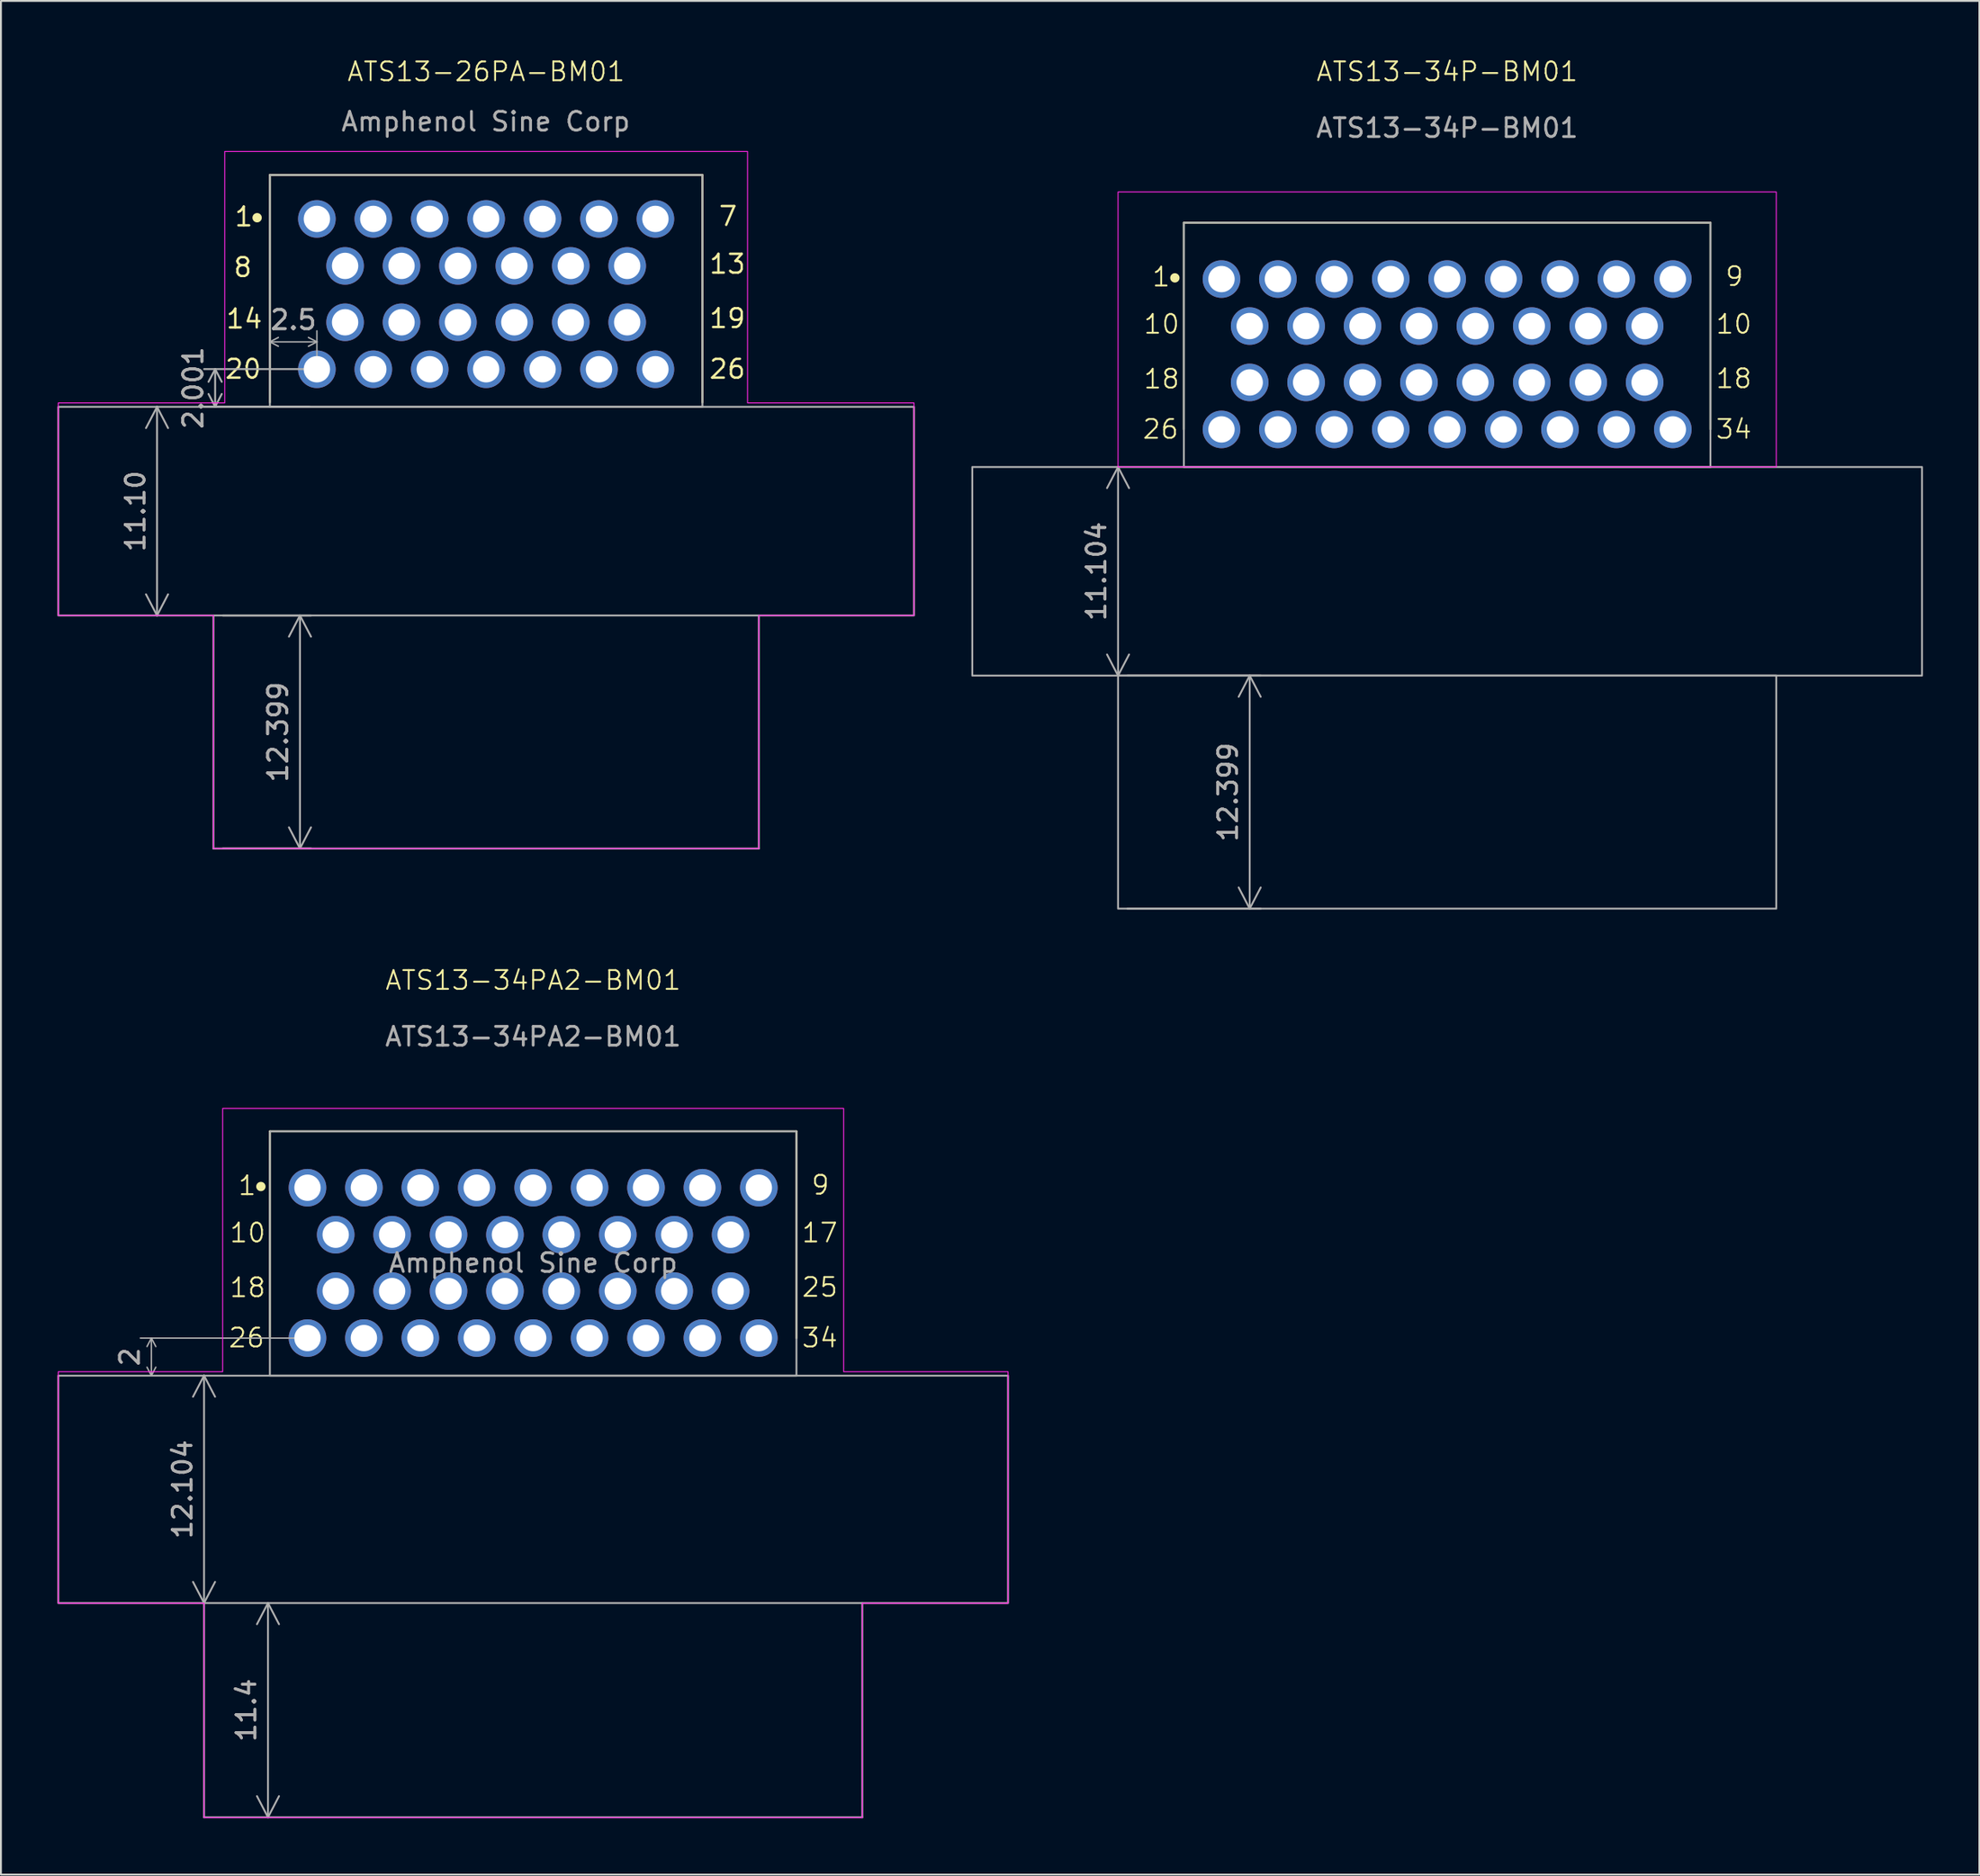
<source format=kicad_pcb>
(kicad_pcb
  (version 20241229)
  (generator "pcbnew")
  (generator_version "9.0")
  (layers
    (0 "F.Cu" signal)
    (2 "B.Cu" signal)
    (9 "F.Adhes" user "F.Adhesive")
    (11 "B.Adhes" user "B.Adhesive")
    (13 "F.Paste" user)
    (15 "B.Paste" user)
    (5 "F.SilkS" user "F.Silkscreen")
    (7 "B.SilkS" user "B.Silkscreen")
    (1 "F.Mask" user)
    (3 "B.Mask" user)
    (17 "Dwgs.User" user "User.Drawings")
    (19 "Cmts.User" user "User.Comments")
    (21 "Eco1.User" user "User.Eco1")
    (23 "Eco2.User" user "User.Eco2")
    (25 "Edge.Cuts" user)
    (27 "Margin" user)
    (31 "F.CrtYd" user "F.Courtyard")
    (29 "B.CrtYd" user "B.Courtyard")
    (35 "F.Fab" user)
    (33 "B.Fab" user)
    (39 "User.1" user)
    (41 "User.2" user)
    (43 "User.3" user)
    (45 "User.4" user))
  (footprint "ATS13-26PA-BM01"
    (layer "F.Cu")
    (at 22.8 12.761)
    (property "Reference" "ATS13-26PA-BM01" (at 0 -12 0) (unlocked yes) (layer "F.SilkS") (effects (font (size 1 1) (thickness 0.1))))
    (property "MFG" "Amphenol Sine Corp" (at -0.02 -9.34 0) (layer "F.Fab") (effects (font (size 1 1) (thickness 0.15))))
    (attr smd)
    (fp_line (start -11.5 -6.5) (end -11.5 5.6) (stroke (width 0.1) (type default)) (layer "F.SilkS"))
    (fp_line (start -11.5 -6.5) (end 11.5 -6.5) (stroke (width 0.1) (type default)) (layer "F.SilkS"))
    (fp_line (start 11.5 -6.5) (end 11.5 5.6) (stroke (width 0.1) (type default)) (layer "F.SilkS"))
    (fp_circle (center -12.178 -4.226) (end -12.051 -4.073) (stroke (width 0.1) (type solid)) (fill yes) (layer "F.SilkS"))
    (fp_poly (pts (xy -13.9 -7.75) (xy 13.9 -7.75) (xy 13.9 5.63) (xy 22.75 5.63) (xy 22.75 16.938) (xy 14.5 16.938) (xy 14.5 29.338) (xy -14.5 29.338) (xy -14.5 16.938) (xy -22.75 16.938) (xy -22.75 5.63) (xy -13.9 5.63)) (stroke (width 0.05) (type solid)) (fill no) (layer "F.CrtYd"))
    (fp_line (start -14.5 29.34) (end -14.5 16.94) (stroke (width 0.1) (type default)) (layer "F.Fab"))
    (fp_line (start 14.5 16.938) (end 14.5 29.34) (stroke (width 0.1) (type default)) (layer "F.Fab"))
    (fp_line (start 14.5 29.34) (end -14.5 29.34) (stroke (width 0.1) (type default)) (layer "F.Fab"))
    (fp_rect (start -22.75 5.838) (end 22.75 16.938) (stroke (width 0.1) (type solid)) (fill no) (layer "F.Fab"))
    (fp_rect (start -11.5 -6.5) (end 11.5 5.838) (stroke (width 0.1) (type default)) (fill no) (layer "F.Fab"))
    (fp_text user "7" (at 12.3 -3.718 0) (unlocked yes) (layer "F.SilkS") (effects (font (size 1 1) (thickness 0.127)) (justify left bottom)))
    (fp_text user "19" (at 11.792 1.718 0) (unlocked yes) (layer "F.SilkS") (effects (font (size 1 1) (thickness 0.127)) (justify left bottom)))
    (fp_text user "20" (at -13.956 4.41 0) (unlocked yes) (layer "F.SilkS") (effects (font (size 1 1) (thickness 0.127)) (justify left bottom)))
    (fp_text user "8" (at -13.5 -1 0) (unlocked yes) (layer "F.SilkS") (effects (font (size 1 1) (thickness 0.127)) (justify left bottom)))
    (fp_text user "13" (at 11.792 -1.178 0) (unlocked yes) (layer "F.SilkS") (effects (font (size 1 1) (thickness 0.127)) (justify left bottom)))
    (fp_text user "1" (at -13.448 -3.692 0) (unlocked yes) (layer "F.SilkS") (effects (font (size 1 1) (thickness 0.127)) (justify left bottom)))
    (fp_text user "14" (at -13.9 1.738 0) (unlocked yes) (layer "F.SilkS") (effects (font (size 1 1) (thickness 0.127)) (justify left bottom)))
    (fp_text user "26" (at 11.792 4.41 0) (unlocked yes) (layer "F.SilkS") (effects (font (size 1 1) (thickness 0.127)) (justify left bottom)))
    (dimension (type orthogonal) (layer "F.Fab") (pts (xy 5.3 18.601) (xy 5.3 29.701)) (height 0) (orientation 1) (format (prefix "") (suffix "") (units 3) (units_format 0) (precision 4) (override_value "11.10") (suppress_zeroes yes)) (style (thickness 0.102) (arrow_length 1.27) (text_position_mode 0) (arrow_direction outward) (extension_height 0.586) (extension_offset 0.5) (keep_text_aligned yes)) (gr_text "11.10" (at 4.15 24.151 90) (layer "F.Fab") (effects (font (size 1 1) (thickness 0.15)))))
    (dimension (type orthogonal) (layer "F.Fab") (pts (xy 13.8 16.599) (xy 11.3 18.23)) (height -1.458) (orientation 0) (format (prefix "") (suffix "") (units 3) (units_format 0) (precision 4) (suppress_zeroes yes)) (style (thickness 0.076) (arrow_length 0.508) (text_position_mode 0) (arrow_direction outward) (extension_height 0.586) (extension_offset 0.5) (keep_text_aligned yes)) (gr_text "2.5" (at 12.55 13.972 0) (layer "F.Fab") (effects (font (size 1.016 1.016) (thickness 0.152)))))
    (dimension (type orthogonal) (layer "F.Fab") (pts (xy 14.33 16.59) (xy 13.9 18.591)) (height -5.94) (orientation 1) (format (prefix "") (suffix "") (units 3) (units_format 0) (precision 3) (suppress_zeroes yes)) (style (thickness 0.102) (arrow_length 0.762) (text_position_mode 0) (arrow_direction outward) (extension_height 0.586) (extension_offset 0.5) (keep_text_aligned yes)) (gr_text "2" (at 7.222 17.591 90) (layer "F.Fab") (effects (font (size 1.016 1.016) (thickness 0.152)))))
    (dimension (type orthogonal) (layer "F.Fab") (pts (xy 8.3 29.701) (xy 8.3 42.1)) (height 4.6) (orientation 1) (format (prefix "") (suffix "") (units 3) (units_format 0) (precision 4) (suppress_zeroes yes)) (style (thickness 0.102) (arrow_length 1.27) (text_position_mode 0) (arrow_direction outward) (extension_height 0.586) (extension_offset 0.5) (keep_text_aligned yes)) (gr_text "12.4" (at 11.732 35.901 90) (layer "F.Fab") (effects (font (size 1.016 1.016) (thickness 0.152)))))
    (pad "1" thru_hole circle (at -9 -4.162) (size 2 2) (drill 1.4) (layers "*.Cu" "*.Mask"))
    (pad "2" thru_hole circle (at -6 -4.162) (size 2 2) (drill 1.4) (layers "*.Cu" "*.Mask"))
    (pad "3" thru_hole circle (at -3 -4.162) (size 2 2) (drill 1.4) (layers "*.Cu" "*.Mask"))
    (pad "4" thru_hole circle (at 0 -4.162) (size 2 2) (drill 1.4) (layers "*.Cu" "*.Mask"))
    (pad "5" thru_hole circle (at 3 -4.162) (size 2 2) (drill 1.4) (layers "*.Cu" "*.Mask"))
    (pad "6" thru_hole circle (at 6 -4.162) (size 2 2) (drill 1.4) (layers "*.Cu" "*.Mask"))
    (pad "7" thru_hole circle (at 9 -4.162) (size 2 2) (drill 1.4) (layers "*.Cu" "*.Mask"))
    (pad "8" thru_hole circle (at -7.5 -1.662) (size 2 2) (drill 1.4) (layers "*.Cu" "*.Mask"))
    (pad "9" thru_hole circle (at -4.5 -1.662) (size 2 2) (drill 1.4) (layers "*.Cu" "*.Mask"))
    (pad "10" thru_hole circle (at -1.5 -1.662) (size 2 2) (drill 1.4) (layers "*.Cu" "*.Mask"))
    (pad "11" thru_hole circle (at 1.5 -1.662) (size 2 2) (drill 1.4) (layers "*.Cu" "*.Mask"))
    (pad "12" thru_hole circle (at 4.5 -1.662) (size 2 2) (drill 1.4) (layers "*.Cu" "*.Mask"))
    (pad "13" thru_hole circle (at 7.5 -1.662) (size 2 2) (drill 1.4) (layers "*.Cu" "*.Mask"))
    (pad "14" thru_hole circle (at -7.5 1.338) (size 2 2) (drill 1.4) (layers "*.Cu" "*.Mask"))
    (pad "15" thru_hole circle (at -4.5 1.338) (size 2 2) (drill 1.4) (layers "*.Cu" "*.Mask"))
    (pad "16" thru_hole circle (at -1.5 1.338) (size 2 2) (drill 1.4) (layers "*.Cu" "*.Mask"))
    (pad "17" thru_hole circle (at 1.5 1.338) (size 2 2) (drill 1.4) (layers "*.Cu" "*.Mask"))
    (pad "18" thru_hole circle (at 4.5 1.338) (size 2 2) (drill 1.4) (layers "*.Cu" "*.Mask"))
    (pad "19" thru_hole circle (at 7.5 1.338) (size 2 2) (drill 1.4) (layers "*.Cu" "*.Mask"))
    (pad "20" thru_hole circle (at -9 3.838) (size 2 2) (drill 1.4) (layers "*.Cu" "*.Mask"))
    (pad "21" thru_hole circle (at -6 3.838) (size 2 2) (drill 1.4) (layers "*.Cu" "*.Mask"))
    (pad "22" thru_hole circle (at -3 3.838) (size 2 2) (drill 1.4) (layers "*.Cu" "*.Mask"))
    (pad "23" thru_hole circle (at 0 3.838) (size 2 2) (drill 1.4) (layers "*.Cu" "*.Mask"))
    (pad "24" thru_hole circle (at 3 3.838) (size 2 2) (drill 1.4) (layers "*.Cu" "*.Mask"))
    (pad "25" thru_hole circle (at 6 3.838) (size 2 2) (drill 1.4) (layers "*.Cu" "*.Mask"))
    (pad "26" thru_hole circle (at 9 3.838) (size 2 2) (drill 1.4) (layers "*.Cu" "*.Mask")))
  (footprint "ATS13-34P-BM01"
    (layer "F.Cu")
    (at 73.9 15.8)
    (property "Reference" "ATS13-34P-BM01" (at 0 -15.04 0) (unlocked yes) (layer "F.SilkS") (effects (font (size 1 1) (thickness 0.1))))
    (attr through_hole)
    (fp_line (start -14 -7) (end -14 4) (stroke (width 0.1) (type default)) (layer "F.SilkS"))
    (fp_line (start -14 -7) (end 14 -7) (stroke (width 0.1) (type default)) (layer "F.SilkS"))
    (fp_line (start 14 -7) (end 14 4) (stroke (width 0.1) (type default)) (layer "F.SilkS"))
    (fp_circle (center -14.478 -4.064) (end -14.351 -3.912) (stroke (width 0.1) (type solid)) (fill yes) (layer "F.SilkS"))
    (fp_rect (start -17.5 -8.636) (end 17.5 5.996) (stroke (width 0.05) (type solid)) (fill no) (layer "F.CrtYd"))
    (fp_rect (start -25.25 6) (end 25.25 17.1) (stroke (width 0.1) (type solid)) (fill no) (layer "F.Fab"))
    (fp_rect (start -17.5 17.1) (end 17.5 29.5) (stroke (width 0.1) (type solid)) (fill no) (layer "F.Fab"))
    (fp_rect (start -14 -7) (end 14 6) (stroke (width 0.1) (type default)) (fill no) (layer "F.Fab"))
    (fp_text user "9" (at 14.732 -3.556 0) (unlocked yes) (layer "F.SilkS") (effects (font (size 1 1) (thickness 0.1)) (justify left bottom)))
    (fp_text user "26" (at -16.256 4.572 0) (unlocked yes) (layer "F.SilkS") (effects (font (size 1 1) (thickness 0.1)) (justify left bottom)))
    (fp_text user "18" (at -16.2 1.9 0) (unlocked yes) (layer "F.SilkS") (effects (font (size 1 1) (thickness 0.1)) (justify left bottom)))
    (fp_text user "1" (at -15.748 -3.531 0) (unlocked yes) (layer "F.SilkS") (effects (font (size 1 1) (thickness 0.1)) (justify left bottom)))
    (fp_text user "34" (at 14.224 4.572 0) (unlocked yes) (layer "F.SilkS") (effects (font (size 1 1) (thickness 0.1)) (justify left bottom)))
    (fp_text user "18" (at 14.224 1.88 0) (unlocked yes) (layer "F.SilkS") (effects (font (size 1 1) (thickness 0.1)) (justify left bottom)))
    (fp_text user "10" (at -16.2 -1.016 0) (unlocked yes) (layer "F.SilkS") (effects (font (size 1 1) (thickness 0.1)) (justify left bottom)))
    (fp_text user "10" (at 14.224 -1.016 0) (unlocked yes) (layer "F.SilkS") (effects (font (size 1 1) (thickness 0.1)) (justify left bottom)))
    (fp_text user "${REFERENCE}" (at 0 -12.04 0) (unlocked yes) (layer "F.Fab") (effects (font (size 1 1) (thickness 0.15))))
    (dimension (type orthogonal) (layer "F.Fab") (pts (xy 56.4 21.797) (xy 56.4 32.901)) (height 0) (orientation 1) (format (prefix "") (suffix "") (units 3) (units_format 0) (precision 4) (suppress_zeroes yes)) (style (thickness 0.1) (arrow_length 1.27) (text_position_mode 0) (arrow_direction outward) (extension_height 0.586) (extension_offset 0.5) (keep_text_aligned yes)) (gr_text "11.104" (at 55.25 27.349 90) (layer "F.Fab") (effects (font (size 1 1) (thickness 0.15)))))
    (dimension (type orthogonal) (layer "F.Fab") (pts (xy 56.4 32.901) (xy 56.4 45.3)) (height 7) (orientation 1) (format (prefix "") (suffix "") (units 3) (units_format 0) (precision 4) (suppress_zeroes yes)) (style (thickness 0.1) (arrow_length 1.27) (text_position_mode 0) (arrow_direction outward) (extension_height 0.586) (extension_offset 0.5) (keep_text_aligned yes)) (gr_text "12.4" (at 62.25 39.1 90) (layer "F.Fab") (effects (font (size 1 1) (thickness 0.15)))))
    (pad "1" thru_hole circle (at -12 -4) (size 2 2) (drill 1.4) (layers "*.Cu" "*.Mask"))
    (pad "2" thru_hole circle (at -9 -4) (size 2 2) (drill 1.4) (layers "*.Cu" "*.Mask"))
    (pad "3" thru_hole circle (at -6 -4) (size 2 2) (drill 1.4) (layers "*.Cu" "*.Mask"))
    (pad "4" thru_hole circle (at -3 -4) (size 2 2) (drill 1.4) (layers "*.Cu" "*.Mask"))
    (pad "5" thru_hole circle (at 0 -4) (size 2 2) (drill 1.4) (layers "*.Cu" "*.Mask"))
    (pad "6" thru_hole circle (at 3 -4) (size 2 2) (drill 1.4) (layers "*.Cu" "*.Mask"))
    (pad "7" thru_hole circle (at 6 -4) (size 2 2) (drill 1.4) (layers "*.Cu" "*.Mask"))
    (pad "8" thru_hole circle (at 9 -4) (size 2 2) (drill 1.4) (layers "*.Cu" "*.Mask"))
    (pad "9" thru_hole circle (at 12 -4) (size 2 2) (drill 1.4) (layers "*.Cu" "*.Mask"))
    (pad "10" thru_hole circle (at -10.5 -1.5) (size 2 2) (drill 1.4) (layers "*.Cu" "*.Mask"))
    (pad "11" thru_hole circle (at -7.5 -1.5) (size 2 2) (drill 1.4) (layers "*.Cu" "*.Mask"))
    (pad "12" thru_hole circle (at -4.5 -1.5) (size 2 2) (drill 1.4) (layers "*.Cu" "*.Mask"))
    (pad "13" thru_hole circle (at -1.5 -1.5) (size 2 2) (drill 1.4) (layers "*.Cu" "*.Mask"))
    (pad "14" thru_hole circle (at 1.5 -1.5) (size 2 2) (drill 1.4) (layers "*.Cu" "*.Mask"))
    (pad "15" thru_hole circle (at 4.5 -1.5) (size 2 2) (drill 1.4) (layers "*.Cu" "*.Mask"))
    (pad "16" thru_hole circle (at 7.5 -1.5) (size 2 2) (drill 1.4) (layers "*.Cu" "*.Mask"))
    (pad "17" thru_hole circle (at 10.5 -1.5) (size 2 2) (drill 1.4) (layers "*.Cu" "*.Mask"))
    (pad "18" thru_hole circle (at -10.5 1.5) (size 2 2) (drill 1.4) (layers "*.Cu" "*.Mask"))
    (pad "19" thru_hole circle (at -7.5 1.5) (size 2 2) (drill 1.4) (layers "*.Cu" "*.Mask"))
    (pad "20" thru_hole circle (at -4.5 1.5) (size 2 2) (drill 1.4) (layers "*.Cu" "*.Mask"))
    (pad "21" thru_hole circle (at -1.5 1.5) (size 2 2) (drill 1.4) (layers "*.Cu" "*.Mask"))
    (pad "22" thru_hole circle (at 1.5 1.5) (size 2 2) (drill 1.4) (layers "*.Cu" "*.Mask"))
    (pad "23" thru_hole circle (at 4.5 1.5) (size 2 2) (drill 1.4) (layers "*.Cu" "*.Mask"))
    (pad "24" thru_hole circle (at 7.5 1.5) (size 2 2) (drill 1.4) (layers "*.Cu" "*.Mask"))
    (pad "25" thru_hole circle (at 10.5 1.5) (size 2 2) (drill 1.4) (layers "*.Cu" "*.Mask"))
    (pad "26" thru_hole circle (at -12 4) (size 2 2) (drill 1.4) (layers "*.Cu" "*.Mask"))
    (pad "27" thru_hole circle (at -9 4) (size 2 2) (drill 1.4) (layers "*.Cu" "*.Mask"))
    (pad "28" thru_hole circle (at -6 4) (size 2 2) (drill 1.4) (layers "*.Cu" "*.Mask"))
    (pad "29" thru_hole circle (at -3 4) (size 2 2) (drill 1.4) (layers "*.Cu" "*.Mask"))
    (pad "30" thru_hole circle (at 0 4) (size 2 2) (drill 1.4) (layers "*.Cu" "*.Mask"))
    (pad "31" thru_hole circle (at 3 4) (size 2 2) (drill 1.4) (layers "*.Cu" "*.Mask"))
    (pad "32" thru_hole circle (at 6 4) (size 2 2) (drill 1.4) (layers "*.Cu" "*.Mask"))
    (pad "33" thru_hole circle (at 9 4) (size 2 2) (drill 1.4) (layers "*.Cu" "*.Mask"))
    (pad "34" thru_hole circle (at 12 4) (size 2 2) (drill 1.4) (layers "*.Cu" "*.Mask")))
  (footprint "ATS13-34PA2-BM01"
    (layer "F.Cu")
    (at 25.3 64.151)
    (property "Reference" "ATS13-34PA2-BM01" (at 0 -15.04 0) (unlocked yes) (layer "F.SilkS") (effects (font (size 1 1) (thickness 0.1))))
    (property "MFG" "Amphenol Sine Corp" (at 0 0 0) (layer "F.Fab") (effects (font (size 1 1) (thickness 0.15))))
    (attr through_hole)
    (fp_line (start -14 -7) (end -14 4) (stroke (width 0.1) (type default)) (layer "F.SilkS"))
    (fp_line (start -14 -7) (end 14 -7) (stroke (width 0.1) (type default)) (layer "F.SilkS"))
    (fp_line (start 14 -7) (end 14 4) (stroke (width 0.1) (type default)) (layer "F.SilkS"))
    (fp_circle (center -14.478 -4.064) (end -14.351 -3.912) (stroke (width 0.1) (type solid)) (fill yes) (layer "F.SilkS"))
    (fp_poly (pts (xy -16.51 -8.22) (xy 16.51 -8.22) (xy 16.51 5.791) (xy 25.25 5.791) (xy 25.25 18.11) (xy 17.5 18.11) (xy 17.5 29.52) (xy -17.5 29.52) (xy -17.5 18.11) (xy -25.25 18.11) (xy -25.25 5.791) (xy -16.51 5.791)) (stroke (width 0.05) (type solid)) (fill no) (layer "F.CrtYd"))
    (fp_line (start -17.5 29.5) (end -17.5 18.1) (stroke (width 0.1) (type default)) (layer "F.Fab"))
    (fp_line (start 17.5 18.1) (end 17.5 29.5) (stroke (width 0.1) (type default)) (layer "F.Fab"))
    (fp_line (start 17.5 29.5) (end -17.5 29.5) (stroke (width 0.1) (type default)) (layer "F.Fab"))
    (fp_rect (start -25.25 6) (end 25.25 18.1) (stroke (width 0.1) (type solid)) (fill no) (layer "F.Fab"))
    (fp_rect (start -14 -7) (end 14 6) (stroke (width 0.1) (type default)) (fill no) (layer "F.Fab"))
    (fp_text user "25" (at 14.224 1.88 0) (unlocked yes) (layer "F.SilkS") (effects (font (size 1 1) (thickness 0.1)) (justify left bottom)))
    (fp_text user "34" (at 14.224 4.572 0) (unlocked yes) (layer "F.SilkS") (effects (font (size 1 1) (thickness 0.1)) (justify left bottom)))
    (fp_text user "9" (at 14.732 -3.556 0) (unlocked yes) (layer "F.SilkS") (effects (font (size 1 1) (thickness 0.1)) (justify left bottom)))
    (fp_text user "1" (at -15.748 -3.531 0) (unlocked yes) (layer "F.SilkS") (effects (font (size 1 1) (thickness 0.1)) (justify left bottom)))
    (fp_text user "10" (at -16.2 -1.016 0) (unlocked yes) (layer "F.SilkS") (effects (font (size 1 1) (thickness 0.1)) (justify left bottom)))
    (fp_text user "18" (at -16.2 1.9 0) (unlocked yes) (layer "F.SilkS") (effects (font (size 1 1) (thickness 0.1)) (justify left bottom)))
    (fp_text user "17" (at 14.224 -1.016 0) (unlocked yes) (layer "F.SilkS") (effects (font (size 1 1) (thickness 0.1)) (justify left bottom)))
    (fp_text user "26" (at -16.256 4.572 0) (unlocked yes) (layer "F.SilkS") (effects (font (size 1 1) (thickness 0.1)) (justify left bottom)))
    (fp_text user "${REFERENCE}" (at 0 -12.04 0) (unlocked yes) (layer "F.Fab") (effects (font (size 1 1) (thickness 0.15))))
    (dimension (type orthogonal) (layer "F.Fab") (pts (xy 13.3 68.151) (xy 13.3 70.151)) (height -8.3) (orientation 1) (format (prefix "") (suffix "") (units 3) (units_format 0) (precision 4) (suppress_zeroes yes)) (style (thickness 0.076) (arrow_length 0.508) (text_position_mode 0) (arrow_direction outward) (extension_height 0.586) (extension_offset 0.5) (keep_text_aligned yes)) (gr_text "2" (at 3.85 69.151 90) (layer "F.Fab") (effects (font (size 1 1) (thickness 0.15)))))
    (dimension (type orthogonal) (layer "F.Fab") (pts (xy 7.8 70.147) (xy 7.8 82.251)) (height 0) (orientation 1) (format (prefix "") (suffix "") (units 3) (units_format 0) (precision 4) (suppress_zeroes yes)) (style (thickness 0.1) (arrow_length 1.27) (text_position_mode 0) (arrow_direction outward) (extension_height 0.586) (extension_offset 0.5) (keep_text_aligned yes)) (gr_text "12.104" (at 6.65 76.199 90) (layer "F.Fab") (effects (font (size 1 1) (thickness 0.15)))))
    (dimension (type orthogonal) (layer "F.Fab") (pts (xy 11.2 82.251) (xy 11.2 93.651)) (height 0) (orientation 1) (format (prefix "") (suffix "") (units 3) (units_format 0) (precision 4) (suppress_zeroes yes)) (style (thickness 0.1) (arrow_length 1.27) (text_position_mode 0) (arrow_direction outward) (extension_height 0.586) (extension_offset 0.5) (keep_text_aligned yes)) (gr_text "11.4" (at 10.05 87.951 90) (layer "F.Fab") (effects (font (size 1 1) (thickness 0.15)))))
    (pad "1" thru_hole circle (at -12 -4) (size 2 2) (drill 1.4) (layers "*.Cu" "*.Mask"))
    (pad "2" thru_hole circle (at -9 -4) (size 2 2) (drill 1.4) (layers "*.Cu" "*.Mask"))
    (pad "3" thru_hole circle (at -6 -4) (size 2 2) (drill 1.4) (layers "*.Cu" "*.Mask"))
    (pad "4" thru_hole circle (at -3 -4) (size 2 2) (drill 1.4) (layers "*.Cu" "*.Mask"))
    (pad "5" thru_hole circle (at 0 -4) (size 2 2) (drill 1.4) (layers "*.Cu" "*.Mask"))
    (pad "6" thru_hole circle (at 3 -4) (size 2 2) (drill 1.4) (layers "*.Cu" "*.Mask"))
    (pad "7" thru_hole circle (at 6 -4) (size 2 2) (drill 1.4) (layers "*.Cu" "*.Mask"))
    (pad "8" thru_hole circle (at 9 -4) (size 2 2) (drill 1.4) (layers "*.Cu" "*.Mask"))
    (pad "9" thru_hole circle (at 12 -4) (size 2 2) (drill 1.4) (layers "*.Cu" "*.Mask"))
    (pad "10" thru_hole circle (at -10.5 -1.5) (size 2 2) (drill 1.4) (layers "*.Cu" "*.Mask"))
    (pad "11" thru_hole circle (at -7.5 -1.5) (size 2 2) (drill 1.4) (layers "*.Cu" "*.Mask"))
    (pad "12" thru_hole circle (at -4.5 -1.5) (size 2 2) (drill 1.4) (layers "*.Cu" "*.Mask"))
    (pad "13" thru_hole circle (at -1.5 -1.5) (size 2 2) (drill 1.4) (layers "*.Cu" "*.Mask"))
    (pad "14" thru_hole circle (at 1.5 -1.5) (size 2 2) (drill 1.4) (layers "*.Cu" "*.Mask"))
    (pad "15" thru_hole circle (at 4.5 -1.5) (size 2 2) (drill 1.4) (layers "*.Cu" "*.Mask"))
    (pad "16" thru_hole circle (at 7.5 -1.5) (size 2 2) (drill 1.4) (layers "*.Cu" "*.Mask"))
    (pad "17" thru_hole circle (at 10.5 -1.5) (size 2 2) (drill 1.4) (layers "*.Cu" "*.Mask"))
    (pad "18" thru_hole circle (at -10.5 1.5) (size 2 2) (drill 1.4) (layers "*.Cu" "*.Mask"))
    (pad "19" thru_hole circle (at -7.5 1.5) (size 2 2) (drill 1.4) (layers "*.Cu" "*.Mask"))
    (pad "20" thru_hole circle (at -4.5 1.5) (size 2 2) (drill 1.4) (layers "*.Cu" "*.Mask"))
    (pad "21" thru_hole circle (at -1.5 1.5) (size 2 2) (drill 1.4) (layers "*.Cu" "*.Mask"))
    (pad "22" thru_hole circle (at 1.5 1.5) (size 2 2) (drill 1.4) (layers "*.Cu" "*.Mask"))
    (pad "23" thru_hole circle (at 4.5 1.5) (size 2 2) (drill 1.4) (layers "*.Cu" "*.Mask"))
    (pad "24" thru_hole circle (at 7.5 1.5) (size 2 2) (drill 1.4) (layers "*.Cu" "*.Mask"))
    (pad "25" thru_hole circle (at 10.5 1.5) (size 2 2) (drill 1.4) (layers "*.Cu" "*.Mask"))
    (pad "26" thru_hole circle (at -12 4) (size 2 2) (drill 1.4) (layers "*.Cu" "*.Mask"))
    (pad "27" thru_hole circle (at -9 4) (size 2 2) (drill 1.4) (layers "*.Cu" "*.Mask"))
    (pad "28" thru_hole circle (at -6 4) (size 2 2) (drill 1.4) (layers "*.Cu" "*.Mask"))
    (pad "29" thru_hole circle (at -3 4) (size 2 2) (drill 1.4) (layers "*.Cu" "*.Mask"))
    (pad "30" thru_hole circle (at 0 4) (size 2 2) (drill 1.4) (layers "*.Cu" "*.Mask"))
    (pad "31" thru_hole circle (at 3 4) (size 2 2) (drill 1.4) (layers "*.Cu" "*.Mask"))
    (pad "32" thru_hole circle (at 6 4) (size 2 2) (drill 1.4) (layers "*.Cu" "*.Mask"))
    (pad "33" thru_hole circle (at 9 4) (size 2 2) (drill 1.4) (layers "*.Cu" "*.Mask"))
    (pad "34" thru_hole circle (at 12 4) (size 2 2) (drill 1.4) (layers "*.Cu" "*.Mask")))
  (gr_rect
    (start -3 -3)
    (end 102.2 96.701)
    (stroke (width 0.1) (type default))
    (fill no)
    (layer "Edge.Cuts")))
</source>
